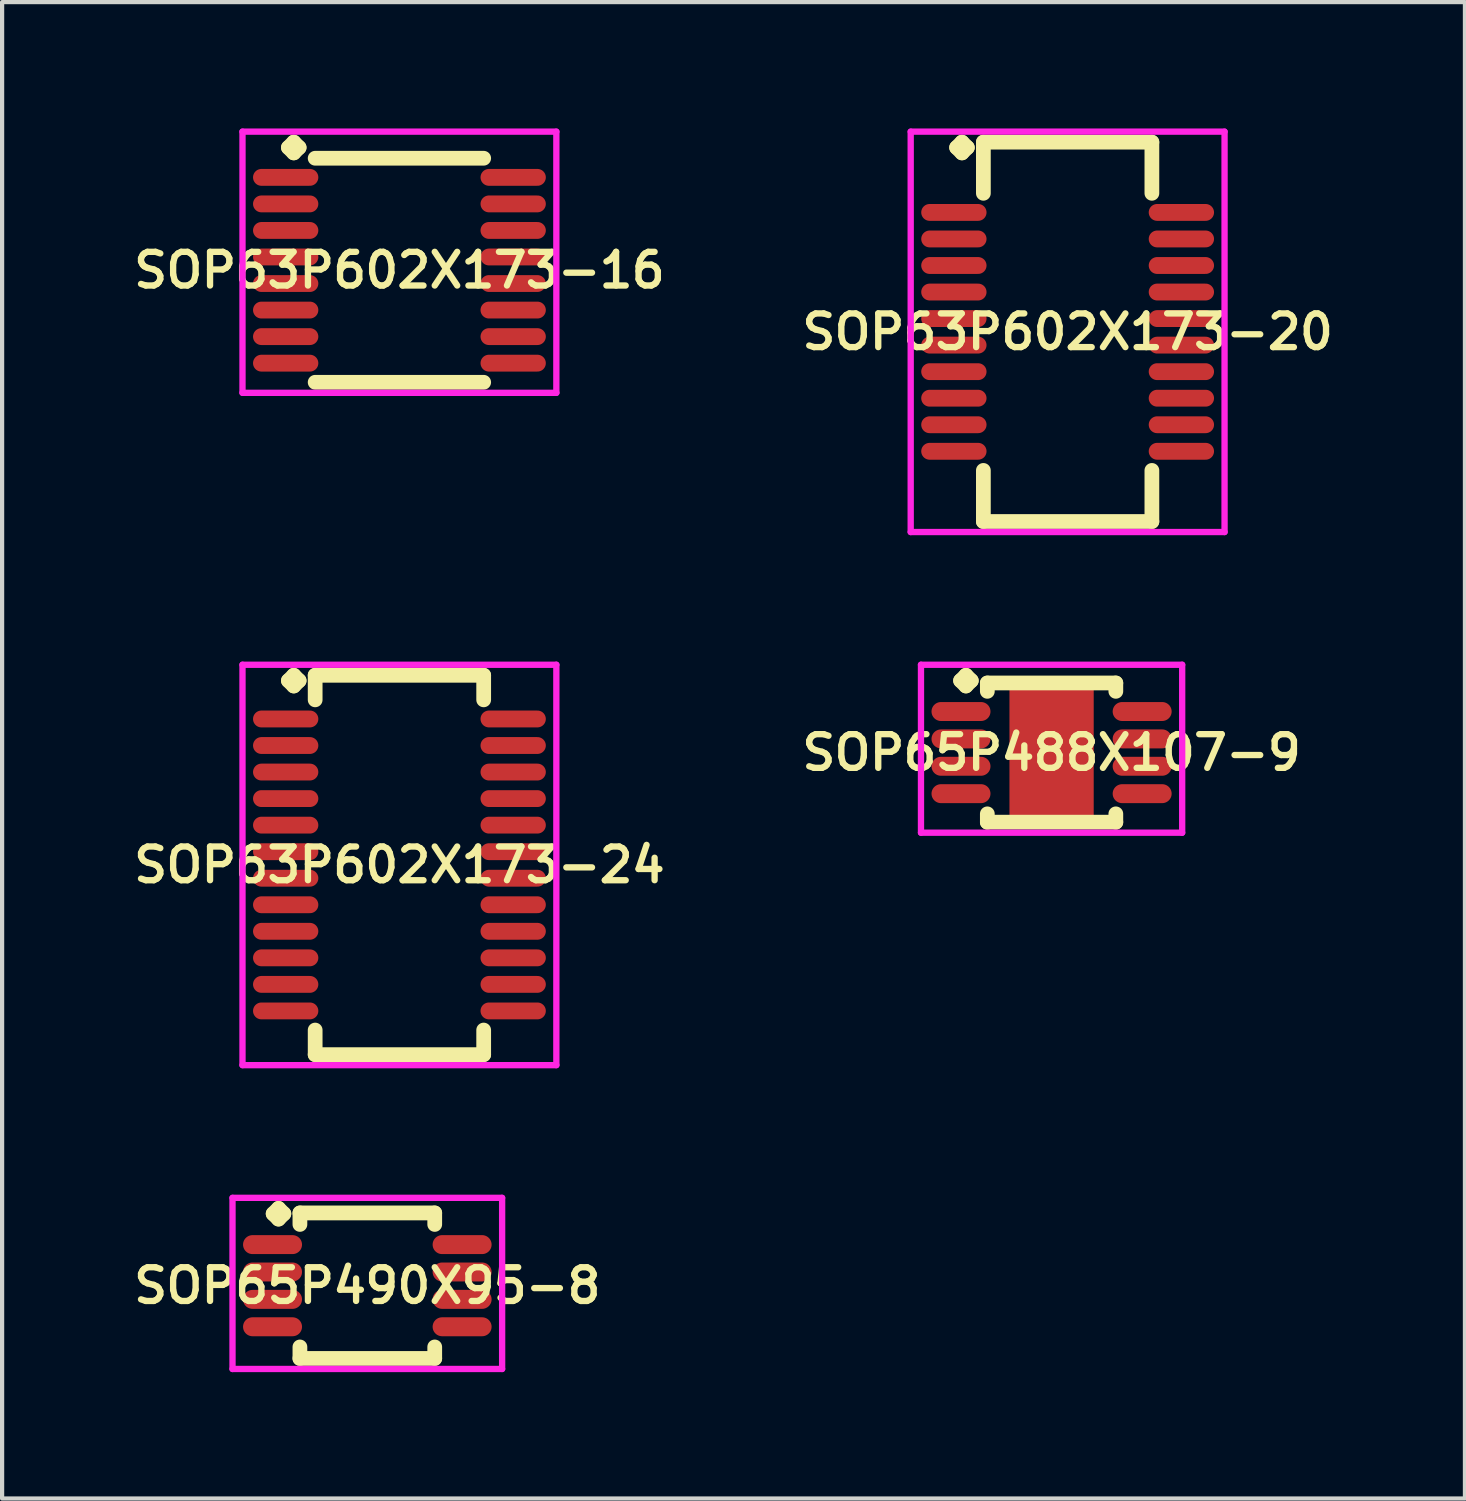
<source format=kicad_pcb>
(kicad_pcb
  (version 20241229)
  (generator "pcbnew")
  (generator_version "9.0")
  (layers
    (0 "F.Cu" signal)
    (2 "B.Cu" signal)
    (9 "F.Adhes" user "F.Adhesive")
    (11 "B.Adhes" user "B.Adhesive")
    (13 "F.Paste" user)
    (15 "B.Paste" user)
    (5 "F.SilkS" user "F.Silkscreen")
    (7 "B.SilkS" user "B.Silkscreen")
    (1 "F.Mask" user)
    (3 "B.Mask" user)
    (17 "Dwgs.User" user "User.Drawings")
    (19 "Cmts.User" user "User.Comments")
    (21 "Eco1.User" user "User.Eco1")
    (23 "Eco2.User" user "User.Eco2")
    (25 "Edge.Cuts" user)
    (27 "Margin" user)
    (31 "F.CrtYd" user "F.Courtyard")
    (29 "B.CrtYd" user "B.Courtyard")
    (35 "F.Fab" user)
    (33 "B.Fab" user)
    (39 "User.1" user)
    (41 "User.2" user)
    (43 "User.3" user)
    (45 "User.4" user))
  (footprint "SOP63P602X173-20"
    (layer "F.Cu")
    (at 22.292 4.827)
    (property "Reference" "SOP63P602X173-20" (at 0 0 0) (layer "F.SilkS") (effects (font (size 0.8 0.8) (thickness 0.15))))
    (attr smd)
    (fp_line (start -2.635 -4.375) (end -2.508 -4.502) (stroke (width 0.35) (type solid)) (layer "F.SilkS"))
    (fp_line (start -2.508 -4.502) (end -2.381 -4.375) (stroke (width 0.35) (type solid)) (layer "F.SilkS"))
    (fp_line (start -2.508 -4.248) (end -2.635 -4.375) (stroke (width 0.35) (type solid)) (layer "F.SilkS"))
    (fp_line (start -2.381 -4.375) (end -2.508 -4.248) (stroke (width 0.35) (type solid)) (layer "F.SilkS"))
    (fp_line (start -2 -4.502) (end 2 -4.502) (stroke (width 0.35) (type solid)) (layer "F.SilkS"))
    (fp_line (start -2 -3.289) (end -2 -4.502) (stroke (width 0.35) (type solid)) (layer "F.SilkS"))
    (fp_line (start -2 3.289) (end -2 4.502) (stroke (width 0.35) (type solid)) (layer "F.SilkS"))
    (fp_line (start -2 4.502) (end 2 4.502) (stroke (width 0.35) (type solid)) (layer "F.SilkS"))
    (fp_line (start 2 -4.502) (end 2 -3.289) (stroke (width 0.35) (type solid)) (layer "F.SilkS"))
    (fp_line (start 2 4.502) (end 2 3.289) (stroke (width 0.35) (type solid)) (layer "F.SilkS"))
    (fp_line (start -3.725 -4.752) (end 3.725 -4.752) (stroke (width 0.15) (type solid)) (layer "F.CrtYd"))
    (fp_line (start -3.725 4.752) (end -3.725 -4.752) (stroke (width 0.15) (type solid)) (layer "F.CrtYd"))
    (fp_line (start 3.725 -4.752) (end 3.725 4.752) (stroke (width 0.15) (type solid)) (layer "F.CrtYd"))
    (fp_line (start 3.725 4.752) (end -3.725 4.752) (stroke (width 0.15) (type solid)) (layer "F.CrtYd"))
    (pad "1" smd oval (at -2.7 -2.835) (size 1.55 0.4) (layers "F.Cu" "F.Mask" "F.Paste"))
    (pad "2" smd oval (at -2.7 -2.205) (size 1.55 0.4) (layers "F.Cu" "F.Mask" "F.Paste"))
    (pad "3" smd oval (at -2.7 -1.575) (size 1.55 0.4) (layers "F.Cu" "F.Mask" "F.Paste"))
    (pad "4" smd oval (at -2.7 -0.945) (size 1.55 0.4) (layers "F.Cu" "F.Mask" "F.Paste"))
    (pad "5" smd oval (at -2.7 -0.315) (size 1.55 0.4) (layers "F.Cu" "F.Mask" "F.Paste"))
    (pad "6" smd oval (at -2.7 0.315) (size 1.55 0.4) (layers "F.Cu" "F.Mask" "F.Paste"))
    (pad "7" smd oval (at -2.7 0.945) (size 1.55 0.4) (layers "F.Cu" "F.Mask" "F.Paste"))
    (pad "8" smd oval (at -2.7 1.575) (size 1.55 0.4) (layers "F.Cu" "F.Mask" "F.Paste"))
    (pad "9" smd oval (at -2.7 2.205) (size 1.55 0.4) (layers "F.Cu" "F.Mask" "F.Paste"))
    (pad "10" smd oval (at -2.7 2.835) (size 1.55 0.4) (layers "F.Cu" "F.Mask" "F.Paste"))
    (pad "11" smd oval (at 2.7 2.835) (size 1.55 0.4) (layers "F.Cu" "F.Mask" "F.Paste"))
    (pad "12" smd oval (at 2.7 2.205) (size 1.55 0.4) (layers "F.Cu" "F.Mask" "F.Paste"))
    (pad "13" smd oval (at 2.7 1.575) (size 1.55 0.4) (layers "F.Cu" "F.Mask" "F.Paste"))
    (pad "14" smd oval (at 2.7 0.945) (size 1.55 0.4) (layers "F.Cu" "F.Mask" "F.Paste"))
    (pad "15" smd oval (at 2.7 0.315) (size 1.55 0.4) (layers "F.Cu" "F.Mask" "F.Paste"))
    (pad "16" smd oval (at 2.7 -0.315) (size 1.55 0.4) (layers "F.Cu" "F.Mask" "F.Paste"))
    (pad "17" smd oval (at 2.7 -0.945) (size 1.55 0.4) (layers "F.Cu" "F.Mask" "F.Paste"))
    (pad "18" smd oval (at 2.7 -1.575) (size 1.55 0.4) (layers "F.Cu" "F.Mask" "F.Paste"))
    (pad "19" smd oval (at 2.7 -2.205) (size 1.55 0.4) (layers "F.Cu" "F.Mask" "F.Paste"))
    (pad "20" smd oval (at 2.7 -2.835) (size 1.55 0.4) (layers "F.Cu" "F.Mask" "F.Paste")))
  (footprint "SOP63P602X173-24"
    (layer "F.Cu")
    (at 6.431 17.481)
    (property "Reference" "SOP63P602X173-24" (at 0 0 0) (layer "F.SilkS") (effects (font (size 0.8 0.8) (thickness 0.15))))
    (attr smd)
    (fp_line (start -2.635 -4.375) (end -2.508 -4.502) (stroke (width 0.35) (type solid)) (layer "F.SilkS"))
    (fp_line (start -2.508 -4.502) (end -2.381 -4.375) (stroke (width 0.35) (type solid)) (layer "F.SilkS"))
    (fp_line (start -2.508 -4.248) (end -2.635 -4.375) (stroke (width 0.35) (type solid)) (layer "F.SilkS"))
    (fp_line (start -2.381 -4.375) (end -2.508 -4.248) (stroke (width 0.35) (type solid)) (layer "F.SilkS"))
    (fp_line (start -2 -4.502) (end 2 -4.502) (stroke (width 0.35) (type solid)) (layer "F.SilkS"))
    (fp_line (start -2 -3.919) (end -2 -4.502) (stroke (width 0.35) (type solid)) (layer "F.SilkS"))
    (fp_line (start -2 3.919) (end -2 4.502) (stroke (width 0.35) (type solid)) (layer "F.SilkS"))
    (fp_line (start -2 4.502) (end 2 4.502) (stroke (width 0.35) (type solid)) (layer "F.SilkS"))
    (fp_line (start 2 -4.502) (end 2 -3.919) (stroke (width 0.35) (type solid)) (layer "F.SilkS"))
    (fp_line (start 2 4.502) (end 2 3.919) (stroke (width 0.35) (type solid)) (layer "F.SilkS"))
    (fp_line (start -3.725 -4.752) (end 3.725 -4.752) (stroke (width 0.15) (type solid)) (layer "F.CrtYd"))
    (fp_line (start -3.725 4.752) (end -3.725 -4.752) (stroke (width 0.15) (type solid)) (layer "F.CrtYd"))
    (fp_line (start 3.725 -4.752) (end 3.725 4.752) (stroke (width 0.15) (type solid)) (layer "F.CrtYd"))
    (fp_line (start 3.725 4.752) (end -3.725 4.752) (stroke (width 0.15) (type solid)) (layer "F.CrtYd"))
    (pad "1" smd oval (at -2.7 -3.465) (size 1.55 0.4) (layers "F.Cu" "F.Mask" "F.Paste"))
    (pad "2" smd oval (at -2.7 -2.835) (size 1.55 0.4) (layers "F.Cu" "F.Mask" "F.Paste"))
    (pad "3" smd oval (at -2.7 -2.205) (size 1.55 0.4) (layers "F.Cu" "F.Mask" "F.Paste"))
    (pad "4" smd oval (at -2.7 -1.575) (size 1.55 0.4) (layers "F.Cu" "F.Mask" "F.Paste"))
    (pad "5" smd oval (at -2.7 -0.945) (size 1.55 0.4) (layers "F.Cu" "F.Mask" "F.Paste"))
    (pad "6" smd oval (at -2.7 -0.315) (size 1.55 0.4) (layers "F.Cu" "F.Mask" "F.Paste"))
    (pad "7" smd oval (at -2.7 0.315) (size 1.55 0.4) (layers "F.Cu" "F.Mask" "F.Paste"))
    (pad "8" smd oval (at -2.7 0.945) (size 1.55 0.4) (layers "F.Cu" "F.Mask" "F.Paste"))
    (pad "9" smd oval (at -2.7 1.575) (size 1.55 0.4) (layers "F.Cu" "F.Mask" "F.Paste"))
    (pad "10" smd oval (at -2.7 2.205) (size 1.55 0.4) (layers "F.Cu" "F.Mask" "F.Paste"))
    (pad "11" smd oval (at -2.7 2.835) (size 1.55 0.4) (layers "F.Cu" "F.Mask" "F.Paste"))
    (pad "12" smd oval (at -2.7 3.465) (size 1.55 0.4) (layers "F.Cu" "F.Mask" "F.Paste"))
    (pad "13" smd oval (at 2.7 3.465) (size 1.55 0.4) (layers "F.Cu" "F.Mask" "F.Paste"))
    (pad "14" smd oval (at 2.7 2.835) (size 1.55 0.4) (layers "F.Cu" "F.Mask" "F.Paste"))
    (pad "15" smd oval (at 2.7 2.205) (size 1.55 0.4) (layers "F.Cu" "F.Mask" "F.Paste"))
    (pad "16" smd oval (at 2.7 1.575) (size 1.55 0.4) (layers "F.Cu" "F.Mask" "F.Paste"))
    (pad "17" smd oval (at 2.7 0.945) (size 1.55 0.4) (layers "F.Cu" "F.Mask" "F.Paste"))
    (pad "18" smd oval (at 2.7 0.315) (size 1.55 0.4) (layers "F.Cu" "F.Mask" "F.Paste"))
    (pad "19" smd oval (at 2.7 -0.315) (size 1.55 0.4) (layers "F.Cu" "F.Mask" "F.Paste"))
    (pad "20" smd oval (at 2.7 -0.945) (size 1.55 0.4) (layers "F.Cu" "F.Mask" "F.Paste"))
    (pad "21" smd oval (at 2.7 -1.575) (size 1.55 0.4) (layers "F.Cu" "F.Mask" "F.Paste"))
    (pad "22" smd oval (at 2.7 -2.205) (size 1.55 0.4) (layers "F.Cu" "F.Mask" "F.Paste"))
    (pad "23" smd oval (at 2.7 -2.835) (size 1.55 0.4) (layers "F.Cu" "F.Mask" "F.Paste"))
    (pad "24" smd oval (at 2.7 -3.465) (size 1.55 0.4) (layers "F.Cu" "F.Mask" "F.Paste")))
  (footprint "SOP65P490X95-8"
    (layer "F.Cu")
    (at 5.669 27.468)
    (property "Reference" "SOP65P490X95-8" (at 0 0 0) (layer "F.SilkS") (effects (font (size 0.8 0.8) (thickness 0.15))))
    (attr through_hole)
    (fp_line (start -2.235 -1.708) (end -2.108 -1.835) (stroke (width 0.35) (type solid)) (layer "F.SilkS"))
    (fp_line (start -2.108 -1.835) (end -1.981 -1.708) (stroke (width 0.35) (type solid)) (layer "F.SilkS"))
    (fp_line (start -2.108 -1.581) (end -2.235 -1.708) (stroke (width 0.35) (type solid)) (layer "F.SilkS"))
    (fp_line (start -1.981 -1.708) (end -2.108 -1.581) (stroke (width 0.35) (type solid)) (layer "F.SilkS"))
    (fp_line (start -1.6 -1.727) (end 1.6 -1.727) (stroke (width 0.35) (type solid)) (layer "F.SilkS"))
    (fp_line (start -1.6 -1.454) (end -1.6 -1.727) (stroke (width 0.35) (type solid)) (layer "F.SilkS"))
    (fp_line (start -1.6 1.454) (end -1.6 1.727) (stroke (width 0.35) (type solid)) (layer "F.SilkS"))
    (fp_line (start -1.6 1.727) (end 1.6 1.727) (stroke (width 0.35) (type solid)) (layer "F.SilkS"))
    (fp_line (start 1.6 -1.727) (end 1.6 -1.454) (stroke (width 0.35) (type solid)) (layer "F.SilkS"))
    (fp_line (start 1.6 1.727) (end 1.6 1.454) (stroke (width 0.35) (type solid)) (layer "F.SilkS"))
    (fp_line (start -3.2 -2.085) (end 3.2 -2.085) (stroke (width 0.15) (type solid)) (layer "F.CrtYd"))
    (fp_line (start -3.2 1.977) (end -3.2 -2.085) (stroke (width 0.15) (type solid)) (layer "F.CrtYd"))
    (fp_line (start 3.2 -2.085) (end 3.2 1.977) (stroke (width 0.15) (type solid)) (layer "F.CrtYd"))
    (fp_line (start 3.2 1.977) (end -3.2 1.977) (stroke (width 0.15) (type solid)) (layer "F.CrtYd"))
    (pad "1" smd oval (at -2.25 -0.975) (size 1.4 0.45) (layers "F.Cu" "F.Mask" "F.Paste"))
    (pad "2" smd oval (at -2.25 -0.325) (size 1.4 0.45) (layers "F.Cu" "F.Mask" "F.Paste"))
    (pad "3" smd oval (at -2.25 0.325) (size 1.4 0.45) (layers "F.Cu" "F.Mask" "F.Paste"))
    (pad "4" smd oval (at -2.25 0.975) (size 1.4 0.45) (layers "F.Cu" "F.Mask" "F.Paste"))
    (pad "5" smd oval (at 2.25 0.975) (size 1.4 0.45) (layers "F.Cu" "F.Mask" "F.Paste"))
    (pad "6" smd oval (at 2.25 0.325) (size 1.4 0.45) (layers "F.Cu" "F.Mask" "F.Paste"))
    (pad "7" smd oval (at 2.25 -0.325) (size 1.4 0.45) (layers "F.Cu" "F.Mask" "F.Paste"))
    (pad "8" smd oval (at 2.25 -0.975) (size 1.4 0.45) (layers "F.Cu" "F.Mask" "F.Paste")))
  (footprint "SOP65P488X107-9"
    (layer "F.Cu")
    (at 21.911 14.814)
    (property "Reference" "SOP65P488X107-9" (at 0 0 0) (layer "F.SilkS") (effects (font (size 0.8 0.8) (thickness 0.15))))
    (attr smd)
    (fp_line (start -2.16 -1.708) (end -2.033 -1.835) (stroke (width 0.35) (type solid)) (layer "F.SilkS"))
    (fp_line (start -2.033 -1.835) (end -1.906 -1.708) (stroke (width 0.35) (type solid)) (layer "F.SilkS"))
    (fp_line (start -2.033 -1.581) (end -2.16 -1.708) (stroke (width 0.35) (type solid)) (layer "F.SilkS"))
    (fp_line (start -1.906 -1.708) (end -2.033 -1.581) (stroke (width 0.35) (type solid)) (layer "F.SilkS"))
    (fp_line (start -1.525 -1.652) (end 1.525 -1.652) (stroke (width 0.35) (type solid)) (layer "F.SilkS"))
    (fp_line (start -1.525 -1.454) (end -1.525 -1.652) (stroke (width 0.35) (type solid)) (layer "F.SilkS"))
    (fp_line (start -1.525 1.454) (end -1.525 1.652) (stroke (width 0.35) (type solid)) (layer "F.SilkS"))
    (fp_line (start -1.525 1.652) (end 1.525 1.652) (stroke (width 0.35) (type solid)) (layer "F.SilkS"))
    (fp_line (start 1.525 -1.652) (end 1.525 -1.454) (stroke (width 0.35) (type solid)) (layer "F.SilkS"))
    (fp_line (start 1.525 1.652) (end 1.525 1.454) (stroke (width 0.35) (type solid)) (layer "F.SilkS"))
    (fp_line (start -3.1 -2.085) (end 3.1 -2.085) (stroke (width 0.15) (type solid)) (layer "F.CrtYd"))
    (fp_line (start -3.1 1.902) (end -3.1 -2.085) (stroke (width 0.15) (type solid)) (layer "F.CrtYd"))
    (fp_line (start 3.1 -2.085) (end 3.1 1.902) (stroke (width 0.15) (type solid)) (layer "F.CrtYd"))
    (fp_line (start 3.1 1.902) (end -3.1 1.902) (stroke (width 0.15) (type solid)) (layer "F.CrtYd"))
    (pad "1" smd oval (at -2.15 -0.975) (size 1.4 0.45) (layers "F.Cu" "F.Mask" "F.Paste"))
    (pad "2" smd oval (at -2.15 -0.325) (size 1.4 0.45) (layers "F.Cu" "F.Mask" "F.Paste"))
    (pad "3" smd oval (at -2.15 0.325) (size 1.4 0.45) (layers "F.Cu" "F.Mask" "F.Paste"))
    (pad "4" smd oval (at -2.15 0.975) (size 1.4 0.45) (layers "F.Cu" "F.Mask" "F.Paste"))
    (pad "5" smd oval (at 2.15 0.975) (size 1.4 0.45) (layers "F.Cu" "F.Mask" "F.Paste"))
    (pad "6" smd oval (at 2.15 0.325) (size 1.4 0.45) (layers "F.Cu" "F.Mask" "F.Paste"))
    (pad "7" smd oval (at 2.15 -0.325) (size 1.4 0.45) (layers "F.Cu" "F.Mask" "F.Paste"))
    (pad "8" smd oval (at 2.15 -0.975) (size 1.4 0.45) (layers "F.Cu" "F.Mask" "F.Paste"))
    (pad "9" smd rect (at 0 0) (size 2 3) (layers "F.Cu" "F.Mask" "F.Paste")))
  (footprint "SOP63P602X173-16"
    (layer "F.Cu")
    (at 6.431 3.365)
    (property "Reference" "SOP63P602X173-16" (at 0 0 0) (layer "F.SilkS") (effects (font (size 0.8 0.8) (thickness 0.15))))
    (attr smd)
    (fp_line (start -2.635 -2.913) (end -2.508 -3.04) (stroke (width 0.35) (type solid)) (layer "F.SilkS"))
    (fp_line (start -2.508 -3.04) (end -2.381 -2.913) (stroke (width 0.35) (type solid)) (layer "F.SilkS"))
    (fp_line (start -2.508 -2.786) (end -2.635 -2.913) (stroke (width 0.35) (type solid)) (layer "F.SilkS"))
    (fp_line (start -2.381 -2.913) (end -2.508 -2.786) (stroke (width 0.35) (type solid)) (layer "F.SilkS"))
    (fp_line (start -2 -2.659) (end 2 -2.659) (stroke (width 0.35) (type solid)) (layer "F.SilkS"))
    (fp_line (start -2 2.659) (end 2 2.659) (stroke (width 0.35) (type solid)) (layer "F.SilkS"))
    (fp_line (start -3.725 -3.29) (end 3.725 -3.29) (stroke (width 0.15) (type solid)) (layer "F.CrtYd"))
    (fp_line (start -3.725 2.909) (end -3.725 -3.29) (stroke (width 0.15) (type solid)) (layer "F.CrtYd"))
    (fp_line (start 3.725 -3.29) (end 3.725 2.909) (stroke (width 0.15) (type solid)) (layer "F.CrtYd"))
    (fp_line (start 3.725 2.909) (end -3.725 2.909) (stroke (width 0.15) (type solid)) (layer "F.CrtYd"))
    (pad "1" smd oval (at -2.7 -2.205) (size 1.55 0.4) (layers "F.Cu" "F.Mask" "F.Paste"))
    (pad "2" smd oval (at -2.7 -1.575) (size 1.55 0.4) (layers "F.Cu" "F.Mask" "F.Paste"))
    (pad "3" smd oval (at -2.7 -0.945) (size 1.55 0.4) (layers "F.Cu" "F.Mask" "F.Paste"))
    (pad "4" smd oval (at -2.7 -0.315) (size 1.55 0.4) (layers "F.Cu" "F.Mask" "F.Paste"))
    (pad "5" smd oval (at -2.7 0.315) (size 1.55 0.4) (layers "F.Cu" "F.Mask" "F.Paste"))
    (pad "6" smd oval (at -2.7 0.945) (size 1.55 0.4) (layers "F.Cu" "F.Mask" "F.Paste"))
    (pad "7" smd oval (at -2.7 1.575) (size 1.55 0.4) (layers "F.Cu" "F.Mask" "F.Paste"))
    (pad "8" smd oval (at -2.7 2.205) (size 1.55 0.4) (layers "F.Cu" "F.Mask" "F.Paste"))
    (pad "9" smd oval (at 2.7 2.205) (size 1.55 0.4) (layers "F.Cu" "F.Mask" "F.Paste"))
    (pad "10" smd oval (at 2.7 1.575) (size 1.55 0.4) (layers "F.Cu" "F.Mask" "F.Paste"))
    (pad "11" smd oval (at 2.7 0.945) (size 1.55 0.4) (layers "F.Cu" "F.Mask" "F.Paste"))
    (pad "12" smd oval (at 2.7 0.315) (size 1.55 0.4) (layers "F.Cu" "F.Mask" "F.Paste"))
    (pad "13" smd oval (at 2.7 -0.315) (size 1.55 0.4) (layers "F.Cu" "F.Mask" "F.Paste"))
    (pad "14" smd oval (at 2.7 -0.945) (size 1.55 0.4) (layers "F.Cu" "F.Mask" "F.Paste"))
    (pad "15" smd oval (at 2.7 -1.575) (size 1.55 0.4) (layers "F.Cu" "F.Mask" "F.Paste"))
    (pad "16" smd oval (at 2.7 -2.205) (size 1.55 0.4) (layers "F.Cu" "F.Mask" "F.Paste")))
  (gr_rect
    (start -3 -3)
    (end 31.723 32.52)
    (stroke (width 0.1) (type default))
    (fill no)
    (layer "Edge.Cuts")))
</source>
